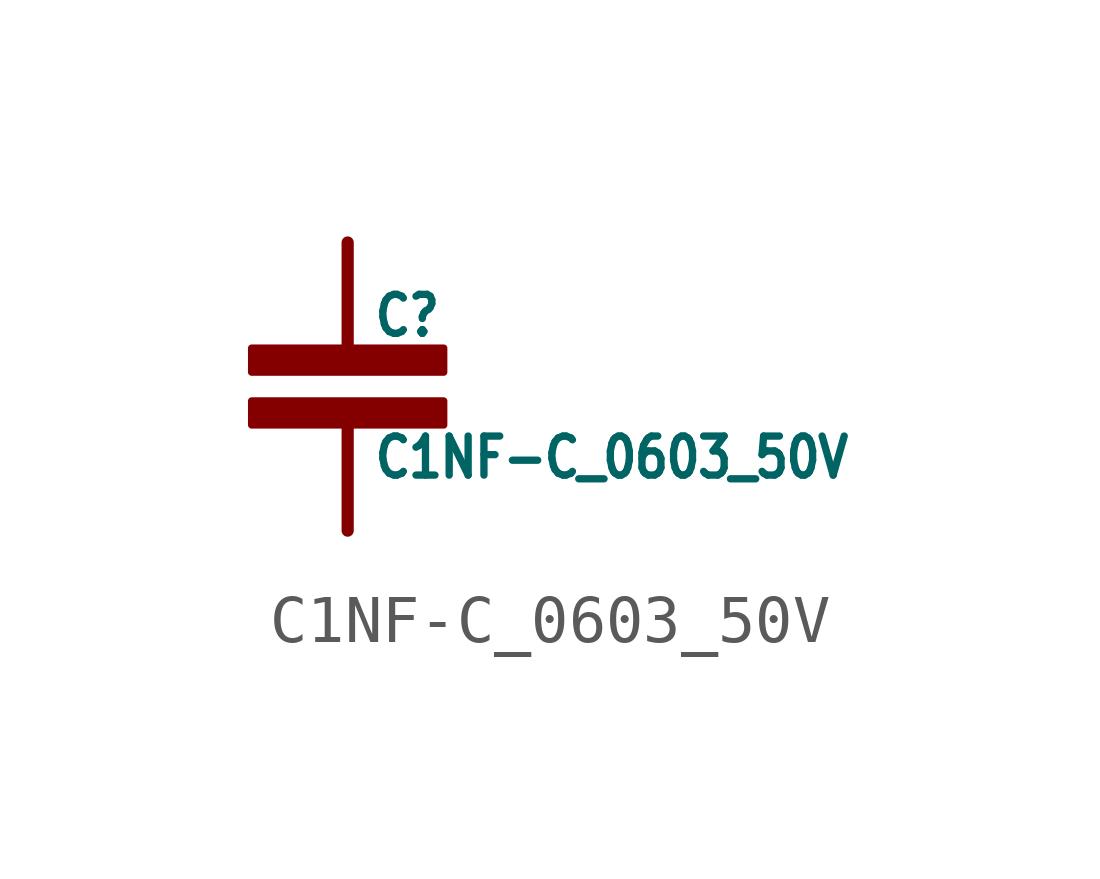
<source format=kicad_sym>
(kicad_symbol_lib
  (version 20211014)
  (generator kicad_symbol_editor)
  (symbol "C1NF-C_0603_50V"
    (property "Reference" "C"
      (at 0.5 1 0)
      (effects (font (size 0.813 0.691)) (justify left bottom)))
    (property "Value" "C1NF-C_0603_50V"
      (at 0.5 -1 0)
      (effects (font (size 0.813 0.691)) (justify left top)))
    (property "ki_locked" ""
      (at 0 0 0)
      (effects (font (size 1.27 1.27))))
    (symbol "C1NF-C_0603_50V_1_0"
      (rectangle (start -2 -0.8) (end 2 -0.3) (stroke (width 0) (type default) (color 0 0 0 0)) (fill (type outline)))
      (rectangle (start -2 0.3) (end 2 0.8) (stroke (width 0) (type default) (color 0 0 0 0)) (fill (type outline)))
      (polyline (pts (xy 0 -0.5) (xy 0 -3)) (stroke (width 0.254) (type default) (color 0 0 0 0)) (fill (type none)))
      (polyline (pts (xy 0 0.5) (xy 0 3)) (stroke (width 0.254) (type default) (color 0 0 0 0)) (fill (type none)))
      (pin bidirectional line (at 0 3 0) (length 0) (name "P$1" (effects (font (size 0 0)))) (number "1" (effects (font (size 0 0)))))
      (pin bidirectional line (at 0 -3 0) (length 0) (name "P$2" (effects (font (size 0 0)))) (number "2" (effects (font (size 0 0))))))))
</source>
